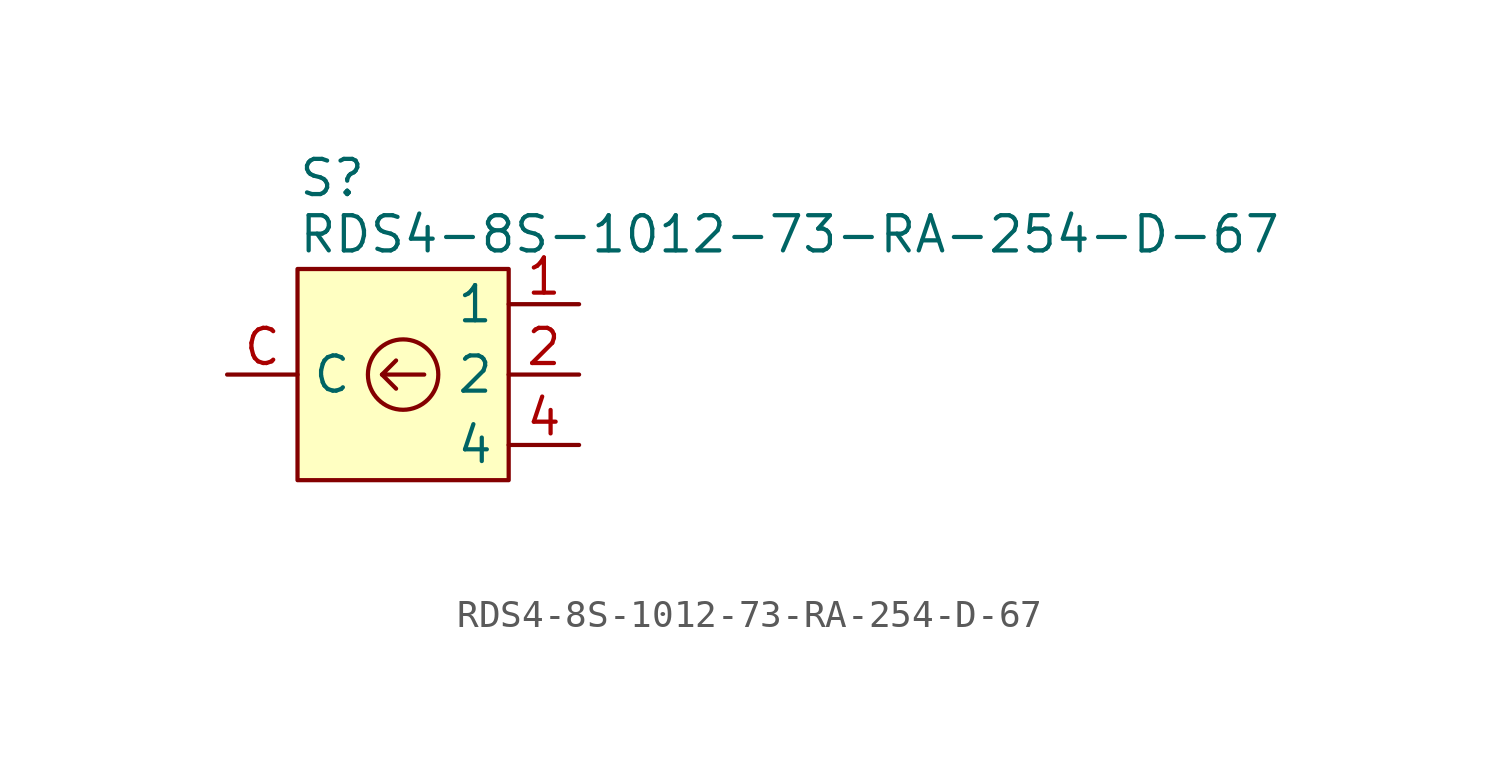
<source format=kicad_sym>
(kicad_symbol_lib
  (version 20241209)
  (generator "kicad_symbol_editor")
  (generator_version "9.0")
  (symbol "RDS4-8S-1012-73-RA-254-D-67"
    (property "Reference" "S"
      (at -3.81 2.54 0)
      (effects (font (size 1.27 1.27)) (justify left bottom)))
    (property "Value" "RDS4-8S-1012-73-RA-254-D-67"
      (at -3.81 0.508 0)
      (effects (font (size 1.27 1.27)) (justify left bottom)))
    (symbol "RDS4-8S-1012-73-RA-254-D-67_0_0"
      (pin passive line (at -6.35 -3.81 0) (length 2.54) (name "C" (effects (font (size 1.27 1.27)))) (number "C" (effects (font (size 1.27 1.27)))))
      (pin no_connect line (at 0 -10.16 90) (length 2.54) (hide yes) (name "NC" (effects (font (size 1.27 1.27)))) (number "NC" (effects (font (size 1.27 1.27)))))
      (pin passive line (at 6.35 -1.27 180) (length 2.54) (name "1" (effects (font (size 1.27 1.27)))) (number "1" (effects (font (size 1.27 1.27)))))
      (pin passive line (at 6.35 -3.81 180) (length 2.54) (name "2" (effects (font (size 1.27 1.27)))) (number "2" (effects (font (size 1.27 1.27)))))
      (pin passive line (at 6.35 -6.35 180) (length 2.54) (name "4" (effects (font (size 1.27 1.27)))) (number "4" (effects (font (size 1.27 1.27))))))
    (symbol "RDS4-8S-1012-73-RA-254-D-67_0_1"
      (polyline (pts (xy -0.762 -3.81) (xy -0.254 -4.318)) (stroke (width 0) (type default)) (fill (type none)))
      (circle (center 0 -3.81) (radius 1.27) (stroke (width 0) (type default)) (fill (type none)))
      (polyline (pts (xy 0.762 -3.81) (xy -0.762 -3.81) (xy -0.254 -3.302)) (stroke (width 0) (type default)) (fill (type none))))
    (symbol "RDS4-8S-1012-73-RA-254-D-67_1_1"
      (rectangle (start -3.81 0) (end 3.81 -7.62) (stroke (width 0) (type solid)) (fill (type background))))))
</source>
